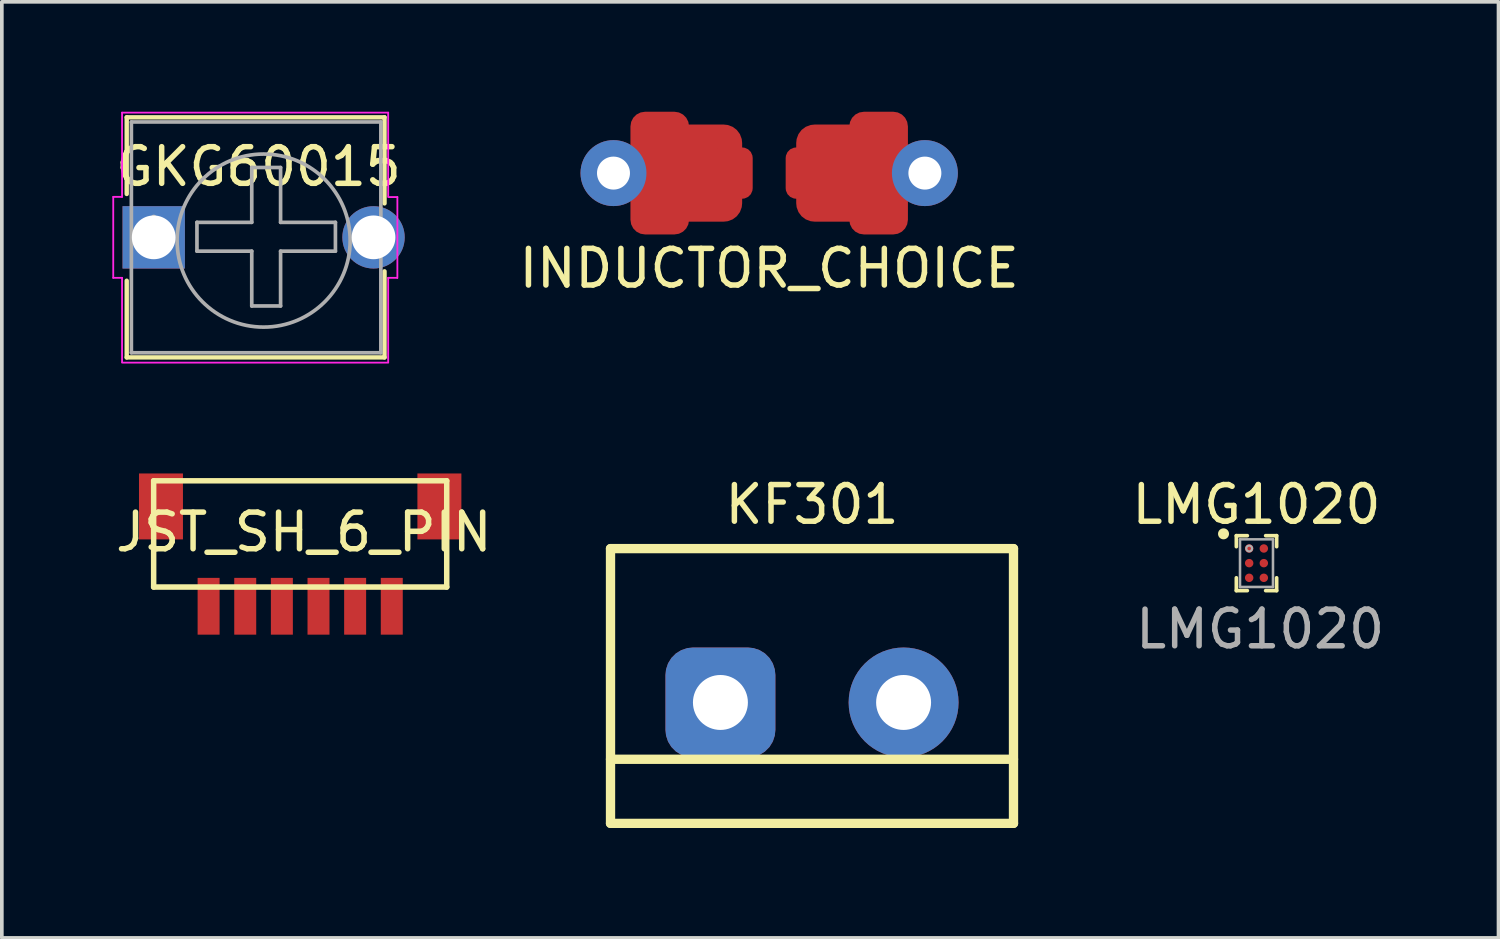
<source format=kicad_pcb>
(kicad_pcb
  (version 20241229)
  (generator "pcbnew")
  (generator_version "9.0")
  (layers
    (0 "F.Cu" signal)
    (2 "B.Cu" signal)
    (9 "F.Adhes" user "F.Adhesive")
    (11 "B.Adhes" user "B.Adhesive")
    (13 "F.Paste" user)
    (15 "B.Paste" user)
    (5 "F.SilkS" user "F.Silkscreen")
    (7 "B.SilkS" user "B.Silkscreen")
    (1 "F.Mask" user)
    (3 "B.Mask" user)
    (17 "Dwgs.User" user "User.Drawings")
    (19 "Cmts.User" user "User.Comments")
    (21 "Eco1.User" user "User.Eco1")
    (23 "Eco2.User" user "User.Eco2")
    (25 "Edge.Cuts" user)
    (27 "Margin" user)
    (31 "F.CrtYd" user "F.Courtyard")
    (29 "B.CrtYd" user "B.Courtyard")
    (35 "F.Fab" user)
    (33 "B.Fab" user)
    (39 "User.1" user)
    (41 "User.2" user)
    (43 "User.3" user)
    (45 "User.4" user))
  (footprint "KF301"
    (layer "F.Cu")
    (at 19.115 15.675)
    (property "Reference" "KF301" (at 0 -4.953 0) (layer "F.SilkS") (effects (font (size 1 1) (thickness 0.15))))
    (attr through_hole)
    (fp_line (start -5.5 -3.75) (end -5.5 3.75) (stroke (width 0.254) (type solid)) (layer "F.SilkS"))
    (fp_line (start -5.5 2) (end 5.5 2) (stroke (width 0.254) (type solid)) (layer "F.SilkS"))
    (fp_line (start -5.5 3.75) (end 5.5 3.75) (stroke (width 0.254) (type solid)) (layer "F.SilkS"))
    (fp_line (start 5.5 -3.75) (end -5.5 -3.75) (stroke (width 0.254) (type solid)) (layer "F.SilkS"))
    (fp_line (start 5.5 3.75) (end 5.5 -3.75) (stroke (width 0.254) (type solid)) (layer "F.SilkS"))
    (pad "1" thru_hole roundrect (at -2.5 0.45) (size 3 3) (drill 1.5) (layers "*.Cu" "*.Mask") (roundrect_rratio 0.25))
    (pad "2" thru_hole circle (at 2.5 0.45) (size 3 3) (drill 1.5) (layers "*.Cu" "*.Mask")))
  (footprint "INDUCTOR_CHOICE"
    (layer "F.Cu")
    (at 17.946 1.675)
    (property "Reference" "INDUCTOR_CHOICE" (at 0 2.6 0) (layer "F.SilkS") (effects (font (size 1 1) (thickness 0.15))))
    (attr through_hole)
    (pad "" smd roundrect (at -2.987 0) (size 1.6 3.35) (layers "F.Cu" "F.Mask" "F.Paste") (roundrect_rratio 0.25))
    (pad "" smd roundrect (at -1.738 0) (size 2 2.65) (layers "F.Cu" "F.Mask" "F.Paste") (roundrect_rratio 0.25))
    (pad "" smd roundrect (at -1.025 0) (size 1.15 1.4) (layers "F.Cu" "F.Mask" "F.Paste") (roundrect_rratio 0.25))
    (pad "" smd roundrect (at 1.025 0) (size 1.15 1.4) (layers "F.Cu" "F.Mask" "F.Paste") (roundrect_rratio 0.25))
    (pad "" smd roundrect (at 1.738 0) (size 2 2.65) (layers "F.Cu" "F.Mask" "F.Paste") (roundrect_rratio 0.25))
    (pad "" smd roundrect (at 2.987 0) (size 1.6 3.35) (layers "F.Cu" "F.Mask" "F.Paste") (roundrect_rratio 0.25))
    (pad "1" thru_hole circle (at -4.25 0) (size 1.8 1.8) (drill 0.9) (layers "*.Cu" "*.Mask"))
    (pad "2" thru_hole circle (at 4.25 0) (size 1.8 1.8) (drill 0.9) (layers "*.Cu" "*.Mask")))
  (footprint "JST_SH_6_PIN"
    (layer "F.Cu")
    (at 5.144 11.524)
    (property "Reference" "JST_SH_6_PIN" (at 0.1 -0.05 0) (layer "F.SilkS") (effects (font (size 1 1) (thickness 0.15))))
    (attr through_hole)
    (fp_line (start -4 -1.45) (end 4 -1.45) (stroke (width 0.15) (type solid)) (layer "F.SilkS"))
    (fp_line (start -4 1.45) (end -4 -1.45) (stroke (width 0.15) (type solid)) (layer "F.SilkS"))
    (fp_line (start 4 -1.45) (end 4 1.45) (stroke (width 0.15) (type solid)) (layer "F.SilkS"))
    (fp_line (start 4 1.45) (end -4 1.45) (stroke (width 0.15) (type solid)) (layer "F.SilkS"))
    (pad "" smd rect (at -3.8 -0.75) (size 1.2 1.8) (layers "F.Cu" "F.Mask" "F.Paste"))
    (pad "" smd rect (at 3.8 -0.75) (size 1.2 1.8) (layers "F.Cu" "F.Mask" "F.Paste"))
    (pad "1" smd rect (at -2.5 1.975) (size 0.6 1.55) (layers "F.Cu" "F.Mask" "F.Paste"))
    (pad "2" smd rect (at -1.5 1.975) (size 0.6 1.55) (layers "F.Cu" "F.Mask" "F.Paste"))
    (pad "3" smd rect (at -0.5 1.975) (size 0.6 1.55) (layers "F.Cu" "F.Mask" "F.Paste"))
    (pad "4" smd rect (at 0.5 1.975) (size 0.6 1.55) (layers "F.Cu" "F.Mask" "F.Paste"))
    (pad "5" smd rect (at 1.5 1.975) (size 0.6 1.55) (layers "F.Cu" "F.Mask" "F.Paste"))
    (pad "6" smd rect (at 2.5 1.975) (size 0.6 1.55) (layers "F.Cu" "F.Mask" "F.Paste")))
  (footprint "LMG1020"
    (layer "F.Cu")
    (at 31.248 12.322)
    (property "Reference" "LMG1020" (at 0 -1.6 0) (unlocked yes) (layer "F.SilkS") (effects (font (size 1 1) (thickness 0.15))))
    (attr smd)
    (fp_line (start -0.55 -0.75) (end -0.55 -0.45) (stroke (width 0.1) (type solid)) (layer "F.SilkS"))
    (fp_line (start -0.55 0.75) (end -0.55 0.4) (stroke (width 0.1) (type solid)) (layer "F.SilkS"))
    (fp_line (start -0.25 -0.75) (end -0.55 -0.75) (stroke (width 0.1) (type solid)) (layer "F.SilkS"))
    (fp_line (start -0.25 0.75) (end -0.55 0.75) (stroke (width 0.1) (type solid)) (layer "F.SilkS"))
    (fp_line (start 0.25 -0.75) (end 0.55 -0.75) (stroke (width 0.1) (type solid)) (layer "F.SilkS"))
    (fp_line (start 0.55 -0.75) (end 0.55 -0.45) (stroke (width 0.1) (type solid)) (layer "F.SilkS"))
    (fp_line (start 0.55 0.4) (end 0.55 0.75) (stroke (width 0.1) (type solid)) (layer "F.SilkS"))
    (fp_line (start 0.55 0.75) (end 0.25 0.75) (stroke (width 0.1) (type solid)) (layer "F.SilkS"))
    (fp_circle (center -0.9 -0.8) (end -0.8 -0.8) (stroke (width 0.1) (type solid)) (fill yes) (layer "F.SilkS"))
    (fp_poly (pts (xy -0.325 -0.325) (xy -0.325 -0.475) (xy -0.275 -0.525) (xy -0.125 -0.525) (xy -0.075 -0.475) (xy -0.075 -0.325) (xy -0.125 -0.275) (xy -0.275 -0.275)) (stroke (width 0) (type solid)) (fill yes) (layer "F.Paste"))
    (fp_poly (pts (xy -0.325 0.075) (xy -0.325 -0.075) (xy -0.275 -0.125) (xy -0.125 -0.125) (xy -0.075 -0.075) (xy -0.075 0.075) (xy -0.125 0.125) (xy -0.275 0.125)) (stroke (width 0) (type solid)) (fill yes) (layer "F.Paste"))
    (fp_poly (pts (xy -0.325 0.475) (xy -0.325 0.325) (xy -0.275 0.275) (xy -0.125 0.275) (xy -0.075 0.325) (xy -0.075 0.475) (xy -0.125 0.525) (xy -0.275 0.525)) (stroke (width 0) (type solid)) (fill yes) (layer "F.Paste"))
    (fp_poly (pts (xy 0.075 -0.325) (xy 0.075 -0.475) (xy 0.125 -0.525) (xy 0.275 -0.525) (xy 0.325 -0.475) (xy 0.325 -0.325) (xy 0.275 -0.275) (xy 0.125 -0.275)) (stroke (width 0) (type solid)) (fill yes) (layer "F.Paste"))
    (fp_poly (pts (xy 0.075 0.075) (xy 0.075 -0.075) (xy 0.125 -0.125) (xy 0.275 -0.125) (xy 0.325 -0.075) (xy 0.325 0.075) (xy 0.275 0.125) (xy 0.125 0.125)) (stroke (width 0) (type solid)) (fill yes) (layer "F.Paste"))
    (fp_poly (pts (xy 0.075 0.475) (xy 0.075 0.325) (xy 0.125 0.275) (xy 0.275 0.275) (xy 0.325 0.325) (xy 0.325 0.475) (xy 0.275 0.525) (xy 0.125 0.525)) (stroke (width 0) (type solid)) (fill yes) (layer "F.Paste"))
    (fp_line (start -0.45 -0.65) (end 0.45 -0.65) (stroke (width 0.07) (type solid)) (layer "F.Fab"))
    (fp_line (start -0.45 0.65) (end -0.45 -0.65) (stroke (width 0.07) (type solid)) (layer "F.Fab"))
    (fp_line (start -0.45 0.65) (end 0.45 0.65) (stroke (width 0.07) (type solid)) (layer "F.Fab"))
    (fp_line (start 0.45 0.65) (end 0.45 -0.65) (stroke (width 0.07) (type solid)) (layer "F.Fab"))
    (fp_circle (center -0.2 -0.4) (end -0.12 -0.4) (stroke (width 0.06) (type solid)) (fill no) (layer "F.Fab"))
    (fp_text user "${REFERENCE}" (at 0.1 1.8 0) (unlocked yes) (layer "F.Fab") (effects (font (size 1 1) (thickness 0.15))))
    (pad "1" smd circle (at -0.2 -0.4 90) (size 0.23 0.23) (layers "F.Cu" "F.Mask"))
    (pad "2" smd circle (at 0.2 -0.4 90) (size 0.23 0.23) (layers "F.Cu" "F.Mask"))
    (pad "3" smd circle (at -0.2 0.000003 90) (size 0.23 0.23) (layers "F.Cu" "F.Mask"))
    (pad "4" smd circle (at 0.2 0.000003 90) (size 0.23 0.23) (layers "F.Cu" "F.Mask"))
    (pad "5" smd circle (at -0.2 0.4 90) (size 0.23 0.23) (layers "F.Cu" "F.Mask"))
    (pad "6" smd circle (at 0.2 0.4 90) (size 0.23 0.23) (layers "F.Cu" "F.Mask")))
  (footprint "GKG60015"
    (layer "F.Cu")
    (at 1.146 3.429)
    (property "Reference" "GKG60015" (at 2.86 -1.93 0) (layer "F.SilkS") (effects (font (size 1 1) (thickness 0.15))))
    (attr through_hole)
    (fp_line (start -0.737 -3.277) (end -0.737 -1.184) (stroke (width 0.12) (type solid)) (layer "F.SilkS"))
    (fp_line (start -0.737 1.184) (end -0.737 3.277) (stroke (width 0.12) (type solid)) (layer "F.SilkS"))
    (fp_line (start -0.737 3.277) (end 6.3 3.277) (stroke (width 0.12) (type solid)) (layer "F.SilkS"))
    (fp_line (start 6.3 -3.277) (end -0.737 -3.277) (stroke (width 0.12) (type solid)) (layer "F.SilkS"))
    (fp_line (start 6.3 -0.927) (end 6.3 -3.277) (stroke (width 0.12) (type solid)) (layer "F.SilkS"))
    (fp_line (start 6.3 3.277) (end 6.3 0.927) (stroke (width 0.12) (type solid)) (layer "F.SilkS"))
    (fp_line (start -1.105 -1.105) (end -0.864 -1.105) (stroke (width 0.05) (type solid)) (layer "F.CrtYd"))
    (fp_line (start -1.105 1.105) (end -1.105 -1.105) (stroke (width 0.05) (type solid)) (layer "F.CrtYd"))
    (fp_line (start -0.864 -3.404) (end 6.4 -3.404) (stroke (width 0.05) (type solid)) (layer "F.CrtYd"))
    (fp_line (start -0.864 -1.105) (end -0.864 -3.404) (stroke (width 0.05) (type solid)) (layer "F.CrtYd"))
    (fp_line (start -0.864 1.105) (end -1.105 1.105) (stroke (width 0.05) (type solid)) (layer "F.CrtYd"))
    (fp_line (start -0.864 3.404) (end -0.864 1.105) (stroke (width 0.05) (type solid)) (layer "F.CrtYd"))
    (fp_line (start 6.4 -3.404) (end 6.4 -1.105) (stroke (width 0.05) (type solid)) (layer "F.CrtYd"))
    (fp_line (start 6.4 1.105) (end 6.4 3.404) (stroke (width 0.05) (type solid)) (layer "F.CrtYd"))
    (fp_line (start 6.402 3.42) (end -0.862 3.42) (stroke (width 0.05) (type solid)) (layer "F.CrtYd"))
    (fp_line (start 6.41 -1.1) (end 6.651 -1.1) (stroke (width 0.05) (type solid)) (layer "F.CrtYd"))
    (fp_line (start 6.641 1.105) (end 6.4 1.105) (stroke (width 0.05) (type solid)) (layer "F.CrtYd"))
    (fp_line (start 6.651 -1.1) (end 6.651 1.11) (stroke (width 0.05) (type solid)) (layer "F.CrtYd"))
    (fp_line (start -0.61 -3.15) (end -0.61 3.15) (stroke (width 0.1) (type solid)) (layer "F.Fab"))
    (fp_line (start -0.61 3.15) (end 6.2 3.15) (stroke (width 0.1) (type solid)) (layer "F.Fab"))
    (fp_line (start -0.254 0) (end 0.254 0) (stroke (width 0.1) (type solid)) (layer "F.Fab"))
    (fp_line (start 0 0.254) (end 0 -0.254) (stroke (width 0.1) (type solid)) (layer "F.Fab"))
    (fp_line (start 1.18 -0.41) (end 1.18 0.377) (stroke (width 0.1) (type solid)) (layer "F.Fab"))
    (fp_line (start 2.676 -1.906) (end 2.676 -0.41) (stroke (width 0.1) (type solid)) (layer "F.Fab"))
    (fp_line (start 2.676 -1.906) (end 3.463 -1.906) (stroke (width 0.1) (type solid)) (layer "F.Fab"))
    (fp_line (start 2.676 -0.41) (end 1.18 -0.41) (stroke (width 0.1) (type solid)) (layer "F.Fab"))
    (fp_line (start 2.676 0.377) (end 1.18 0.377) (stroke (width 0.1) (type solid)) (layer "F.Fab"))
    (fp_line (start 2.676 1.873) (end 2.676 0.377) (stroke (width 0.1) (type solid)) (layer "F.Fab"))
    (fp_line (start 2.676 1.873) (end 3.463 1.873) (stroke (width 0.1) (type solid)) (layer "F.Fab"))
    (fp_line (start 3.463 -1.906) (end 3.463 -0.41) (stroke (width 0.1) (type solid)) (layer "F.Fab"))
    (fp_line (start 3.463 -0.41) (end 4.96 -0.41) (stroke (width 0.1) (type solid)) (layer "F.Fab"))
    (fp_line (start 3.463 0.377) (end 4.96 0.377) (stroke (width 0.1) (type solid)) (layer "F.Fab"))
    (fp_line (start 3.463 1.873) (end 3.463 0.377) (stroke (width 0.1) (type solid)) (layer "F.Fab"))
    (fp_line (start 4.96 -0.41) (end 4.96 0.377) (stroke (width 0.1) (type solid)) (layer "F.Fab"))
    (fp_line (start 6.2 -3.15) (end -0.61 -3.15) (stroke (width 0.1) (type solid)) (layer "F.Fab"))
    (fp_line (start 6.2 3.15) (end 6.2 -3.15) (stroke (width 0.1) (type solid)) (layer "F.Fab"))
    (fp_circle (center -0.102 0) (end -0.102 0) (stroke (width 0.1) (type solid)) (fill no) (layer "F.Fab"))
    (fp_circle (center 3 0.088) (end 5.362 0.088) (stroke (width 0.1) (type solid)) (fill no) (layer "F.Fab"))
    (fp_text user "*" (at 0 0 0) (layer "F.Fab") (effects (font (size 1 1) (thickness 0.15))))
    (pad "1" thru_hole rect (at 0 0) (size 1.702 1.702) (drill 1.194) (layers "*.Cu" "*.Mask"))
    (pad "2" thru_hole circle (at 6 0) (size 1.702 1.702) (drill 1.194) (layers "*.Cu" "*.Mask")))
  (gr_rect
    (start -3 -3)
    (end 37.854 22.552)
    (stroke (width 0.1) (type default))
    (fill no)
    (layer "Edge.Cuts")))
</source>
